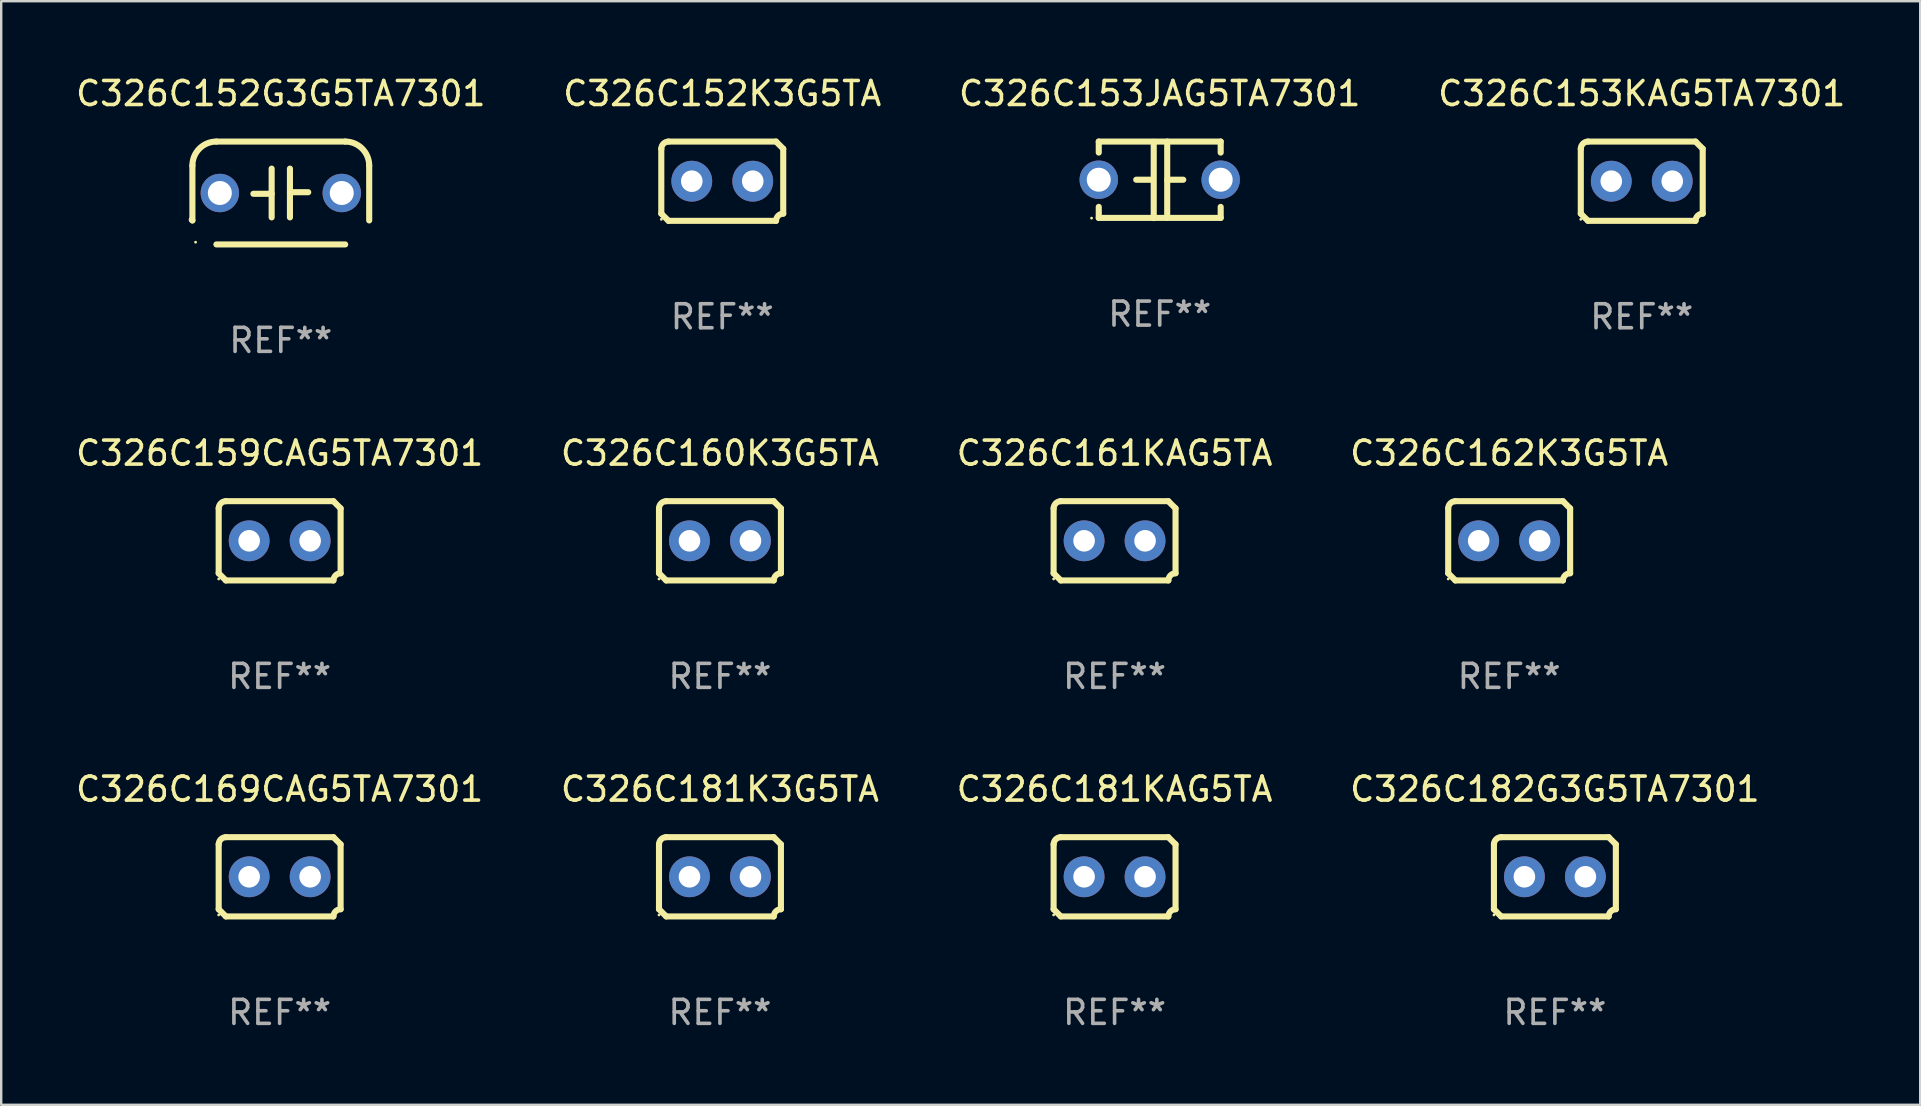
<source format=kicad_pcb>
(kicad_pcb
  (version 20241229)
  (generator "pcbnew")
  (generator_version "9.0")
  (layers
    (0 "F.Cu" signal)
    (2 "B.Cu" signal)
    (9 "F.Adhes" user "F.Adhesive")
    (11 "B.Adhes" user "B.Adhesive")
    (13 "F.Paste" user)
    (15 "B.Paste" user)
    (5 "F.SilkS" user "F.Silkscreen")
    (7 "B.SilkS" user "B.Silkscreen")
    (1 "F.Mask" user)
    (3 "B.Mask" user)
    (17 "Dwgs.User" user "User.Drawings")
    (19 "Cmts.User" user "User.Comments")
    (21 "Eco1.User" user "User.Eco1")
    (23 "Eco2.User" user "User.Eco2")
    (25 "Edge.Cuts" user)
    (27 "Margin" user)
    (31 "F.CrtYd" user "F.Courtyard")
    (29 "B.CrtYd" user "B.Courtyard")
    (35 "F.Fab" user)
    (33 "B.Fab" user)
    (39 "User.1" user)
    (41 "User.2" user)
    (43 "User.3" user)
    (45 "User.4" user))
  (footprint "C326C169CAG5TA7301"
    (layer "F.Cu")
    (at 8.601 33.48)
    (property "Reference" "C326C169CAG5TA7301" (at 0 -3.651 0) (layer "F.SilkS") (effects (font (size 1 1) (thickness 0.15))))
    (attr through_hole)
    (fp_line (start -2.54 -1.351) (end -2.54 1.351) (stroke (width 0.254) (type solid)) (layer "F.SilkS"))
    (fp_line (start -2.24 -1.651) (end 2.24 -1.651) (stroke (width 0.254) (type solid)) (layer "F.SilkS"))
    (fp_line (start 2.24 1.651) (end -2.24 1.651) (stroke (width 0.254) (type solid)) (layer "F.SilkS"))
    (fp_line (start 2.54 1.351) (end 2.54 -1.351) (stroke (width 0.254) (type solid)) (layer "F.SilkS"))
    (fp_arc (start -2.540005 -1.351283) (mid -2.450115 -1.561309) (end -2.240005 -1.651003) (stroke (width 0.254001) (type solid)) (layer "F.SilkS"))
    (fp_arc (start -2.240287 1.651001) (mid -2.390163 1.501019) (end -2.540005 1.351003) (stroke (width 0.254001) (type solid)) (layer "F.SilkS"))
    (fp_arc (start 2.240005 1.651003) (mid 2.329934 1.441015) (end 2.540005 1.351282) (stroke (width 0.254001) (type solid)) (layer "F.SilkS"))
    (fp_arc (start 2.540005 -1.351003) (mid 2.389393 -1.500252) (end 2.240284 -1.651003) (stroke (width 0.254001) (type solid)) (layer "F.SilkS"))
    (fp_circle (center -2.54 1.59) (end -2.51 1.59) (stroke (width 0.06) (type solid)) (fill no) (layer "F.SilkS"))
    (fp_text user "REF**" (at 0 5.651 0) (layer "F.Fab") (effects (font (size 1 1) (thickness 0.15))))
    (pad "1" thru_hole circle (at -1.27 0) (size 1.7 1.7) (drill 0.9) (layers "*.Cu" "*.Mask"))
    (pad "2" thru_hole circle (at 1.27 0) (size 1.7 1.7) (drill 0.9) (layers "*.Cu" "*.Mask")))
  (footprint "C326C153JAG5TA7301"
    (layer "F.Cu")
    (at 45.268 4.443)
    (property "Reference" "C326C153JAG5TA7301" (at 0 -3.595 0) (layer "F.SilkS") (effects (font (size 1 1) (thickness 0.15))))
    (attr through_hole)
    (fp_line (start -2.54 -1.595) (end -2.54 -1.136) (stroke (width 0.254) (type solid)) (layer "F.SilkS"))
    (fp_line (start -2.54 -1.595) (end 2.54 -1.595) (stroke (width 0.254) (type solid)) (layer "F.SilkS"))
    (fp_line (start -2.54 1.126) (end -2.54 1.585) (stroke (width 0.254) (type solid)) (layer "F.SilkS"))
    (fp_line (start -0.312 -0.005) (end -0.98 -0.005) (stroke (width 0.254) (type solid)) (layer "F.SilkS"))
    (fp_line (start -0.25 -1.585) (end -0.25 1.595) (stroke (width 0.254) (type solid)) (layer "F.SilkS"))
    (fp_line (start 0.312 -1.595) (end 0.312 1.585) (stroke (width 0.254) (type solid)) (layer "F.SilkS"))
    (fp_line (start 0.312 -0.005) (end 0.98 -0.005) (stroke (width 0.254) (type solid)) (layer "F.SilkS"))
    (fp_line (start 2.54 -1.595) (end 2.54 -1.136) (stroke (width 0.254) (type solid)) (layer "F.SilkS"))
    (fp_line (start 2.54 1.126) (end 2.54 1.585) (stroke (width 0.254) (type solid)) (layer "F.SilkS"))
    (fp_line (start 2.54 1.585) (end -2.54 1.585) (stroke (width 0.254) (type solid)) (layer "F.SilkS"))
    (fp_circle (center -2.84 1.595) (end -2.81 1.595) (stroke (width 0.06) (type solid)) (fill no) (layer "F.SilkS"))
    (fp_text user "REF**" (at 0 5.595 0) (layer "F.Fab") (effects (font (size 1 1) (thickness 0.15))))
    (pad "1" thru_hole circle (at -2.54 -0.005) (size 1.6 1.6) (drill 1) (layers "*.Cu" "*.Mask"))
    (pad "2" thru_hole circle (at 2.54 -0.005) (size 1.6 1.6) (drill 1) (layers "*.Cu" "*.Mask")))
  (footprint "C326C152G3G5TA7301"
    (layer "F.Cu")
    (at 8.649 4.991)
    (property "Reference" "C326C152G3G5TA7301" (at 0 -4.143 0) (layer "F.SilkS") (effects (font (size 1 1) (thickness 0.15))))
    (attr through_hole)
    (fp_line (start -3.683 -1.143) (end -3.683 1.143) (stroke (width 0.254) (type solid)) (layer "F.SilkS"))
    (fp_line (start -2.683 -2.143) (end 2.683 -2.143) (stroke (width 0.254) (type solid)) (layer "F.SilkS"))
    (fp_line (start -0.381 0.033) (end -1.143 0.033) (stroke (width 0.254) (type solid)) (layer "F.SilkS"))
    (fp_line (start -0.381 1.016) (end -0.381 -1.016) (stroke (width 0.254) (type solid)) (layer "F.SilkS"))
    (fp_line (start 0.381 -1.016) (end 0.381 1.016) (stroke (width 0.254) (type solid)) (layer "F.SilkS"))
    (fp_line (start 0.381 -0.033) (end 1.143 -0.033) (stroke (width 0.254) (type solid)) (layer "F.SilkS"))
    (fp_line (start 2.683 2.143) (end -2.683 2.143) (stroke (width 0.254) (type solid)) (layer "F.SilkS"))
    (fp_line (start 3.683 1.143) (end 3.683 -1.143) (stroke (width 0.254) (type solid)) (layer "F.SilkS"))
    (fp_arc (start -3.710292 1.115763) (mid -3.696656 1.129383) (end -3.68302 1.143002) (stroke (width 0.254001) (type solid)) (layer "F.SilkS"))
    (fp_arc (start -3.682994 -1.142977) (mid -3.390088 -1.850114) (end -2.682944 -2.143002) (stroke (width 0.254001) (type solid)) (layer "F.SilkS"))
    (fp_arc (start 2.682994 -2.143028) (mid 3.390106 -1.850122) (end 3.682995 -1.143002) (stroke (width 0.254001) (type solid)) (layer "F.SilkS"))
    (fp_circle (center -3.55 2.05) (end -3.52 2.05) (stroke (width 0.06) (type solid)) (fill no) (layer "F.SilkS"))
    (fp_text user "REF**" (at 0 6.143 0) (layer "F.Fab") (effects (font (size 1 1) (thickness 0.15))))
    (pad "1" thru_hole circle (at -2.54 0) (size 1.6 1.6) (drill 1) (layers "*.Cu" "*.Mask"))
    (pad "2" thru_hole circle (at 2.54 0) (size 1.6 1.6) (drill 1) (layers "*.Cu" "*.Mask")))
  (footprint "C326C153KAG5TA7301"
    (layer "F.Cu")
    (at 65.351 4.499)
    (property "Reference" "C326C153KAG5TA7301" (at 0 -3.651 0) (layer "F.SilkS") (effects (font (size 1 1) (thickness 0.15))))
    (attr through_hole)
    (fp_line (start -2.54 -1.351) (end -2.54 1.351) (stroke (width 0.254) (type solid)) (layer "F.SilkS"))
    (fp_line (start -2.24 -1.651) (end 2.24 -1.651) (stroke (width 0.254) (type solid)) (layer "F.SilkS"))
    (fp_line (start 2.24 1.651) (end -2.24 1.651) (stroke (width 0.254) (type solid)) (layer "F.SilkS"))
    (fp_line (start 2.54 1.351) (end 2.54 -1.351) (stroke (width 0.254) (type solid)) (layer "F.SilkS"))
    (fp_arc (start -2.540005 -1.351283) (mid -2.450115 -1.561309) (end -2.240005 -1.651003) (stroke (width 0.254001) (type solid)) (layer "F.SilkS"))
    (fp_arc (start -2.240287 1.651001) (mid -2.390163 1.501019) (end -2.540005 1.351003) (stroke (width 0.254001) (type solid)) (layer "F.SilkS"))
    (fp_arc (start 2.240005 1.651003) (mid 2.329934 1.441015) (end 2.540005 1.351282) (stroke (width 0.254001) (type solid)) (layer "F.SilkS"))
    (fp_arc (start 2.540005 -1.351003) (mid 2.389393 -1.500252) (end 2.240284 -1.651003) (stroke (width 0.254001) (type solid)) (layer "F.SilkS"))
    (fp_circle (center -2.54 1.59) (end -2.51 1.59) (stroke (width 0.06) (type solid)) (fill no) (layer "F.SilkS"))
    (fp_text user "REF**" (at 0 5.651 0) (layer "F.Fab") (effects (font (size 1 1) (thickness 0.15))))
    (pad "1" thru_hole circle (at -1.27 0) (size 1.7 1.7) (drill 0.9) (layers "*.Cu" "*.Mask"))
    (pad "2" thru_hole circle (at 1.27 0) (size 1.7 1.7) (drill 0.9) (layers "*.Cu" "*.Mask")))
  (footprint "C326C161KAG5TA"
    (layer "F.Cu")
    (at 43.387 19.482)
    (property "Reference" "C326C161KAG5TA" (at 0 -3.651 0) (layer "F.SilkS") (effects (font (size 1 1) (thickness 0.15))))
    (attr through_hole)
    (fp_line (start -2.54 -1.351) (end -2.54 1.351) (stroke (width 0.254) (type solid)) (layer "F.SilkS"))
    (fp_line (start -2.24 -1.651) (end 2.24 -1.651) (stroke (width 0.254) (type solid)) (layer "F.SilkS"))
    (fp_line (start 2.24 1.651) (end -2.24 1.651) (stroke (width 0.254) (type solid)) (layer "F.SilkS"))
    (fp_line (start 2.54 1.351) (end 2.54 -1.351) (stroke (width 0.254) (type solid)) (layer "F.SilkS"))
    (fp_arc (start -2.540005 -1.351283) (mid -2.450115 -1.561309) (end -2.240005 -1.651003) (stroke (width 0.254001) (type solid)) (layer "F.SilkS"))
    (fp_arc (start -2.240287 1.651001) (mid -2.390163 1.501019) (end -2.540005 1.351003) (stroke (width 0.254001) (type solid)) (layer "F.SilkS"))
    (fp_arc (start 2.240005 1.651003) (mid 2.329934 1.441015) (end 2.540005 1.351282) (stroke (width 0.254001) (type solid)) (layer "F.SilkS"))
    (fp_arc (start 2.540005 -1.351003) (mid 2.389393 -1.500252) (end 2.240284 -1.651003) (stroke (width 0.254001) (type solid)) (layer "F.SilkS"))
    (fp_circle (center -2.54 1.59) (end -2.51 1.59) (stroke (width 0.06) (type solid)) (fill no) (layer "F.SilkS"))
    (fp_text user "REF**" (at 0 5.651 0) (layer "F.Fab") (effects (font (size 1 1) (thickness 0.15))))
    (pad "1" thru_hole circle (at -1.27 0) (size 1.7 1.7) (drill 0.9) (layers "*.Cu" "*.Mask"))
    (pad "2" thru_hole circle (at 1.27 0) (size 1.7 1.7) (drill 0.9) (layers "*.Cu" "*.Mask")))
  (footprint "C326C181K3G5TA"
    (layer "F.Cu")
    (at 26.946 33.48)
    (property "Reference" "C326C181K3G5TA" (at 0 -3.651 0) (layer "F.SilkS") (effects (font (size 1 1) (thickness 0.15))))
    (attr through_hole)
    (fp_line (start -2.54 -1.351) (end -2.54 1.351) (stroke (width 0.254) (type solid)) (layer "F.SilkS"))
    (fp_line (start -2.24 -1.651) (end 2.24 -1.651) (stroke (width 0.254) (type solid)) (layer "F.SilkS"))
    (fp_line (start 2.24 1.651) (end -2.24 1.651) (stroke (width 0.254) (type solid)) (layer "F.SilkS"))
    (fp_line (start 2.54 1.351) (end 2.54 -1.351) (stroke (width 0.254) (type solid)) (layer "F.SilkS"))
    (fp_arc (start -2.540005 -1.351283) (mid -2.450115 -1.561309) (end -2.240005 -1.651003) (stroke (width 0.254001) (type solid)) (layer "F.SilkS"))
    (fp_arc (start -2.240287 1.651001) (mid -2.390163 1.501019) (end -2.540005 1.351003) (stroke (width 0.254001) (type solid)) (layer "F.SilkS"))
    (fp_arc (start 2.240005 1.651003) (mid 2.329934 1.441015) (end 2.540005 1.351282) (stroke (width 0.254001) (type solid)) (layer "F.SilkS"))
    (fp_arc (start 2.540005 -1.351003) (mid 2.389393 -1.500252) (end 2.240284 -1.651003) (stroke (width 0.254001) (type solid)) (layer "F.SilkS"))
    (fp_circle (center -2.54 1.59) (end -2.51 1.59) (stroke (width 0.06) (type solid)) (fill no) (layer "F.SilkS"))
    (fp_text user "REF**" (at 0 5.651 0) (layer "F.Fab") (effects (font (size 1 1) (thickness 0.15))))
    (pad "1" thru_hole circle (at -1.27 0) (size 1.7 1.7) (drill 0.9) (layers "*.Cu" "*.Mask"))
    (pad "2" thru_hole circle (at 1.27 0) (size 1.7 1.7) (drill 0.9) (layers "*.Cu" "*.Mask")))
  (footprint "C326C160K3G5TA"
    (layer "F.Cu")
    (at 26.946 19.482)
    (property "Reference" "C326C160K3G5TA" (at 0 -3.651 0) (layer "F.SilkS") (effects (font (size 1 1) (thickness 0.15))))
    (attr through_hole)
    (fp_line (start -2.54 -1.351) (end -2.54 1.351) (stroke (width 0.254) (type solid)) (layer "F.SilkS"))
    (fp_line (start -2.24 -1.651) (end 2.24 -1.651) (stroke (width 0.254) (type solid)) (layer "F.SilkS"))
    (fp_line (start 2.24 1.651) (end -2.24 1.651) (stroke (width 0.254) (type solid)) (layer "F.SilkS"))
    (fp_line (start 2.54 1.351) (end 2.54 -1.351) (stroke (width 0.254) (type solid)) (layer "F.SilkS"))
    (fp_arc (start -2.540005 -1.351283) (mid -2.450115 -1.561309) (end -2.240005 -1.651003) (stroke (width 0.254001) (type solid)) (layer "F.SilkS"))
    (fp_arc (start -2.240287 1.651001) (mid -2.390163 1.501019) (end -2.540005 1.351003) (stroke (width 0.254001) (type solid)) (layer "F.SilkS"))
    (fp_arc (start 2.240005 1.651003) (mid 2.329934 1.441015) (end 2.540005 1.351282) (stroke (width 0.254001) (type solid)) (layer "F.SilkS"))
    (fp_arc (start 2.540005 -1.351003) (mid 2.389393 -1.500252) (end 2.240284 -1.651003) (stroke (width 0.254001) (type solid)) (layer "F.SilkS"))
    (fp_circle (center -2.54 1.59) (end -2.51 1.59) (stroke (width 0.06) (type solid)) (fill no) (layer "F.SilkS"))
    (fp_text user "REF**" (at 0 5.651 0) (layer "F.Fab") (effects (font (size 1 1) (thickness 0.15))))
    (pad "1" thru_hole circle (at -1.27 0) (size 1.7 1.7) (drill 0.9) (layers "*.Cu" "*.Mask"))
    (pad "2" thru_hole circle (at 1.27 0) (size 1.7 1.7) (drill 0.9) (layers "*.Cu" "*.Mask")))
  (footprint "C326C152K3G5TA"
    (layer "F.Cu")
    (at 27.042 4.499)
    (property "Reference" "C326C152K3G5TA" (at 0 -3.651 0) (layer "F.SilkS") (effects (font (size 1 1) (thickness 0.15))))
    (attr through_hole)
    (fp_line (start -2.54 -1.351) (end -2.54 1.351) (stroke (width 0.254) (type solid)) (layer "F.SilkS"))
    (fp_line (start -2.24 -1.651) (end 2.24 -1.651) (stroke (width 0.254) (type solid)) (layer "F.SilkS"))
    (fp_line (start 2.24 1.651) (end -2.24 1.651) (stroke (width 0.254) (type solid)) (layer "F.SilkS"))
    (fp_line (start 2.54 1.351) (end 2.54 -1.351) (stroke (width 0.254) (type solid)) (layer "F.SilkS"))
    (fp_arc (start -2.540005 -1.351283) (mid -2.450115 -1.561309) (end -2.240005 -1.651003) (stroke (width 0.254001) (type solid)) (layer "F.SilkS"))
    (fp_arc (start -2.240287 1.651001) (mid -2.390163 1.501019) (end -2.540005 1.351003) (stroke (width 0.254001) (type solid)) (layer "F.SilkS"))
    (fp_arc (start 2.240005 1.651003) (mid 2.329934 1.441015) (end 2.540005 1.351282) (stroke (width 0.254001) (type solid)) (layer "F.SilkS"))
    (fp_arc (start 2.540005 -1.351003) (mid 2.389393 -1.500252) (end 2.240284 -1.651003) (stroke (width 0.254001) (type solid)) (layer "F.SilkS"))
    (fp_circle (center -2.54 1.59) (end -2.51 1.59) (stroke (width 0.06) (type solid)) (fill no) (layer "F.SilkS"))
    (fp_text user "REF**" (at 0 5.651 0) (layer "F.Fab") (effects (font (size 1 1) (thickness 0.15))))
    (pad "1" thru_hole circle (at -1.27 0) (size 1.7 1.7) (drill 0.9) (layers "*.Cu" "*.Mask"))
    (pad "2" thru_hole circle (at 1.27 0) (size 1.7 1.7) (drill 0.9) (layers "*.Cu" "*.Mask")))
  (footprint "C326C182G3G5TA7301"
    (layer "F.Cu")
    (at 61.732 33.48)
    (property "Reference" "C326C182G3G5TA7301" (at 0 -3.651 0) (layer "F.SilkS") (effects (font (size 1 1) (thickness 0.15))))
    (attr through_hole)
    (fp_line (start -2.54 -1.351) (end -2.54 1.351) (stroke (width 0.254) (type solid)) (layer "F.SilkS"))
    (fp_line (start -2.24 -1.651) (end 2.24 -1.651) (stroke (width 0.254) (type solid)) (layer "F.SilkS"))
    (fp_line (start 2.24 1.651) (end -2.24 1.651) (stroke (width 0.254) (type solid)) (layer "F.SilkS"))
    (fp_line (start 2.54 1.351) (end 2.54 -1.351) (stroke (width 0.254) (type solid)) (layer "F.SilkS"))
    (fp_arc (start -2.540005 -1.351283) (mid -2.450115 -1.561309) (end -2.240005 -1.651003) (stroke (width 0.254001) (type solid)) (layer "F.SilkS"))
    (fp_arc (start -2.240287 1.651001) (mid -2.390163 1.501019) (end -2.540005 1.351003) (stroke (width 0.254001) (type solid)) (layer "F.SilkS"))
    (fp_arc (start 2.240005 1.651003) (mid 2.329934 1.441015) (end 2.540005 1.351282) (stroke (width 0.254001) (type solid)) (layer "F.SilkS"))
    (fp_arc (start 2.540005 -1.351003) (mid 2.389393 -1.500252) (end 2.240284 -1.651003) (stroke (width 0.254001) (type solid)) (layer "F.SilkS"))
    (fp_circle (center -2.54 1.59) (end -2.51 1.59) (stroke (width 0.06) (type solid)) (fill no) (layer "F.SilkS"))
    (fp_text user "REF**" (at 0 5.651 0) (layer "F.Fab") (effects (font (size 1 1) (thickness 0.15))))
    (pad "1" thru_hole circle (at -1.27 0) (size 1.7 1.7) (drill 0.9) (layers "*.Cu" "*.Mask"))
    (pad "2" thru_hole circle (at 1.27 0) (size 1.7 1.7) (drill 0.9) (layers "*.Cu" "*.Mask")))
  (footprint "C326C181KAG5TA"
    (layer "F.Cu")
    (at 43.387 33.48)
    (property "Reference" "C326C181KAG5TA" (at 0 -3.651 0) (layer "F.SilkS") (effects (font (size 1 1) (thickness 0.15))))
    (attr through_hole)
    (fp_line (start -2.54 -1.351) (end -2.54 1.351) (stroke (width 0.254) (type solid)) (layer "F.SilkS"))
    (fp_line (start -2.24 -1.651) (end 2.24 -1.651) (stroke (width 0.254) (type solid)) (layer "F.SilkS"))
    (fp_line (start 2.24 1.651) (end -2.24 1.651) (stroke (width 0.254) (type solid)) (layer "F.SilkS"))
    (fp_line (start 2.54 1.351) (end 2.54 -1.351) (stroke (width 0.254) (type solid)) (layer "F.SilkS"))
    (fp_arc (start -2.540005 -1.351283) (mid -2.450115 -1.561309) (end -2.240005 -1.651003) (stroke (width 0.254001) (type solid)) (layer "F.SilkS"))
    (fp_arc (start -2.240287 1.651001) (mid -2.390163 1.501019) (end -2.540005 1.351003) (stroke (width 0.254001) (type solid)) (layer "F.SilkS"))
    (fp_arc (start 2.240005 1.651003) (mid 2.329934 1.441015) (end 2.540005 1.351282) (stroke (width 0.254001) (type solid)) (layer "F.SilkS"))
    (fp_arc (start 2.540005 -1.351003) (mid 2.389393 -1.500252) (end 2.240284 -1.651003) (stroke (width 0.254001) (type solid)) (layer "F.SilkS"))
    (fp_circle (center -2.54 1.59) (end -2.51 1.59) (stroke (width 0.06) (type solid)) (fill no) (layer "F.SilkS"))
    (fp_text user "REF**" (at 0 5.651 0) (layer "F.Fab") (effects (font (size 1 1) (thickness 0.15))))
    (pad "1" thru_hole circle (at -1.27 0) (size 1.7 1.7) (drill 0.9) (layers "*.Cu" "*.Mask"))
    (pad "2" thru_hole circle (at 1.27 0) (size 1.7 1.7) (drill 0.9) (layers "*.Cu" "*.Mask")))
  (footprint "C326C162K3G5TA"
    (layer "F.Cu")
    (at 59.827 19.482)
    (property "Reference" "C326C162K3G5TA" (at 0 -3.651 0) (layer "F.SilkS") (effects (font (size 1 1) (thickness 0.15))))
    (attr through_hole)
    (fp_line (start -2.54 -1.351) (end -2.54 1.351) (stroke (width 0.254) (type solid)) (layer "F.SilkS"))
    (fp_line (start -2.24 -1.651) (end 2.24 -1.651) (stroke (width 0.254) (type solid)) (layer "F.SilkS"))
    (fp_line (start 2.24 1.651) (end -2.24 1.651) (stroke (width 0.254) (type solid)) (layer "F.SilkS"))
    (fp_line (start 2.54 1.351) (end 2.54 -1.351) (stroke (width 0.254) (type solid)) (layer "F.SilkS"))
    (fp_arc (start -2.540005 -1.351283) (mid -2.450115 -1.561309) (end -2.240005 -1.651003) (stroke (width 0.254001) (type solid)) (layer "F.SilkS"))
    (fp_arc (start -2.240287 1.651001) (mid -2.390163 1.501019) (end -2.540005 1.351003) (stroke (width 0.254001) (type solid)) (layer "F.SilkS"))
    (fp_arc (start 2.240005 1.651003) (mid 2.329934 1.441015) (end 2.540005 1.351282) (stroke (width 0.254001) (type solid)) (layer "F.SilkS"))
    (fp_arc (start 2.540005 -1.351003) (mid 2.389393 -1.500252) (end 2.240284 -1.651003) (stroke (width 0.254001) (type solid)) (layer "F.SilkS"))
    (fp_circle (center -2.54 1.59) (end -2.51 1.59) (stroke (width 0.06) (type solid)) (fill no) (layer "F.SilkS"))
    (fp_text user "REF**" (at 0 5.651 0) (layer "F.Fab") (effects (font (size 1 1) (thickness 0.15))))
    (pad "1" thru_hole circle (at -1.27 0) (size 1.7 1.7) (drill 0.9) (layers "*.Cu" "*.Mask"))
    (pad "2" thru_hole circle (at 1.27 0) (size 1.7 1.7) (drill 0.9) (layers "*.Cu" "*.Mask")))
  (footprint "C326C159CAG5TA7301"
    (layer "F.Cu")
    (at 8.601 19.482)
    (property "Reference" "C326C159CAG5TA7301" (at 0 -3.651 0) (layer "F.SilkS") (effects (font (size 1 1) (thickness 0.15))))
    (attr through_hole)
    (fp_line (start -2.54 -1.351) (end -2.54 1.351) (stroke (width 0.254) (type solid)) (layer "F.SilkS"))
    (fp_line (start -2.24 -1.651) (end 2.24 -1.651) (stroke (width 0.254) (type solid)) (layer "F.SilkS"))
    (fp_line (start 2.24 1.651) (end -2.24 1.651) (stroke (width 0.254) (type solid)) (layer "F.SilkS"))
    (fp_line (start 2.54 1.351) (end 2.54 -1.351) (stroke (width 0.254) (type solid)) (layer "F.SilkS"))
    (fp_arc (start -2.540005 -1.351283) (mid -2.450115 -1.561309) (end -2.240005 -1.651003) (stroke (width 0.254001) (type solid)) (layer "F.SilkS"))
    (fp_arc (start -2.240287 1.651001) (mid -2.390163 1.501019) (end -2.540005 1.351003) (stroke (width 0.254001) (type solid)) (layer "F.SilkS"))
    (fp_arc (start 2.240005 1.651003) (mid 2.329934 1.441015) (end 2.540005 1.351282) (stroke (width 0.254001) (type solid)) (layer "F.SilkS"))
    (fp_arc (start 2.540005 -1.351003) (mid 2.389393 -1.500252) (end 2.240284 -1.651003) (stroke (width 0.254001) (type solid)) (layer "F.SilkS"))
    (fp_circle (center -2.54 1.59) (end -2.51 1.59) (stroke (width 0.06) (type solid)) (fill no) (layer "F.SilkS"))
    (fp_text user "REF**" (at 0 5.651 0) (layer "F.Fab") (effects (font (size 1 1) (thickness 0.15))))
    (pad "1" thru_hole circle (at -1.27 0) (size 1.7 1.7) (drill 0.9) (layers "*.Cu" "*.Mask"))
    (pad "2" thru_hole circle (at 1.27 0) (size 1.7 1.7) (drill 0.9) (layers "*.Cu" "*.Mask")))
  (gr_rect
    (start -3 -3)
    (end 76.952 42.98)
    (stroke (width 0.1) (type default))
    (fill no)
    (layer "Edge.Cuts")))
</source>
